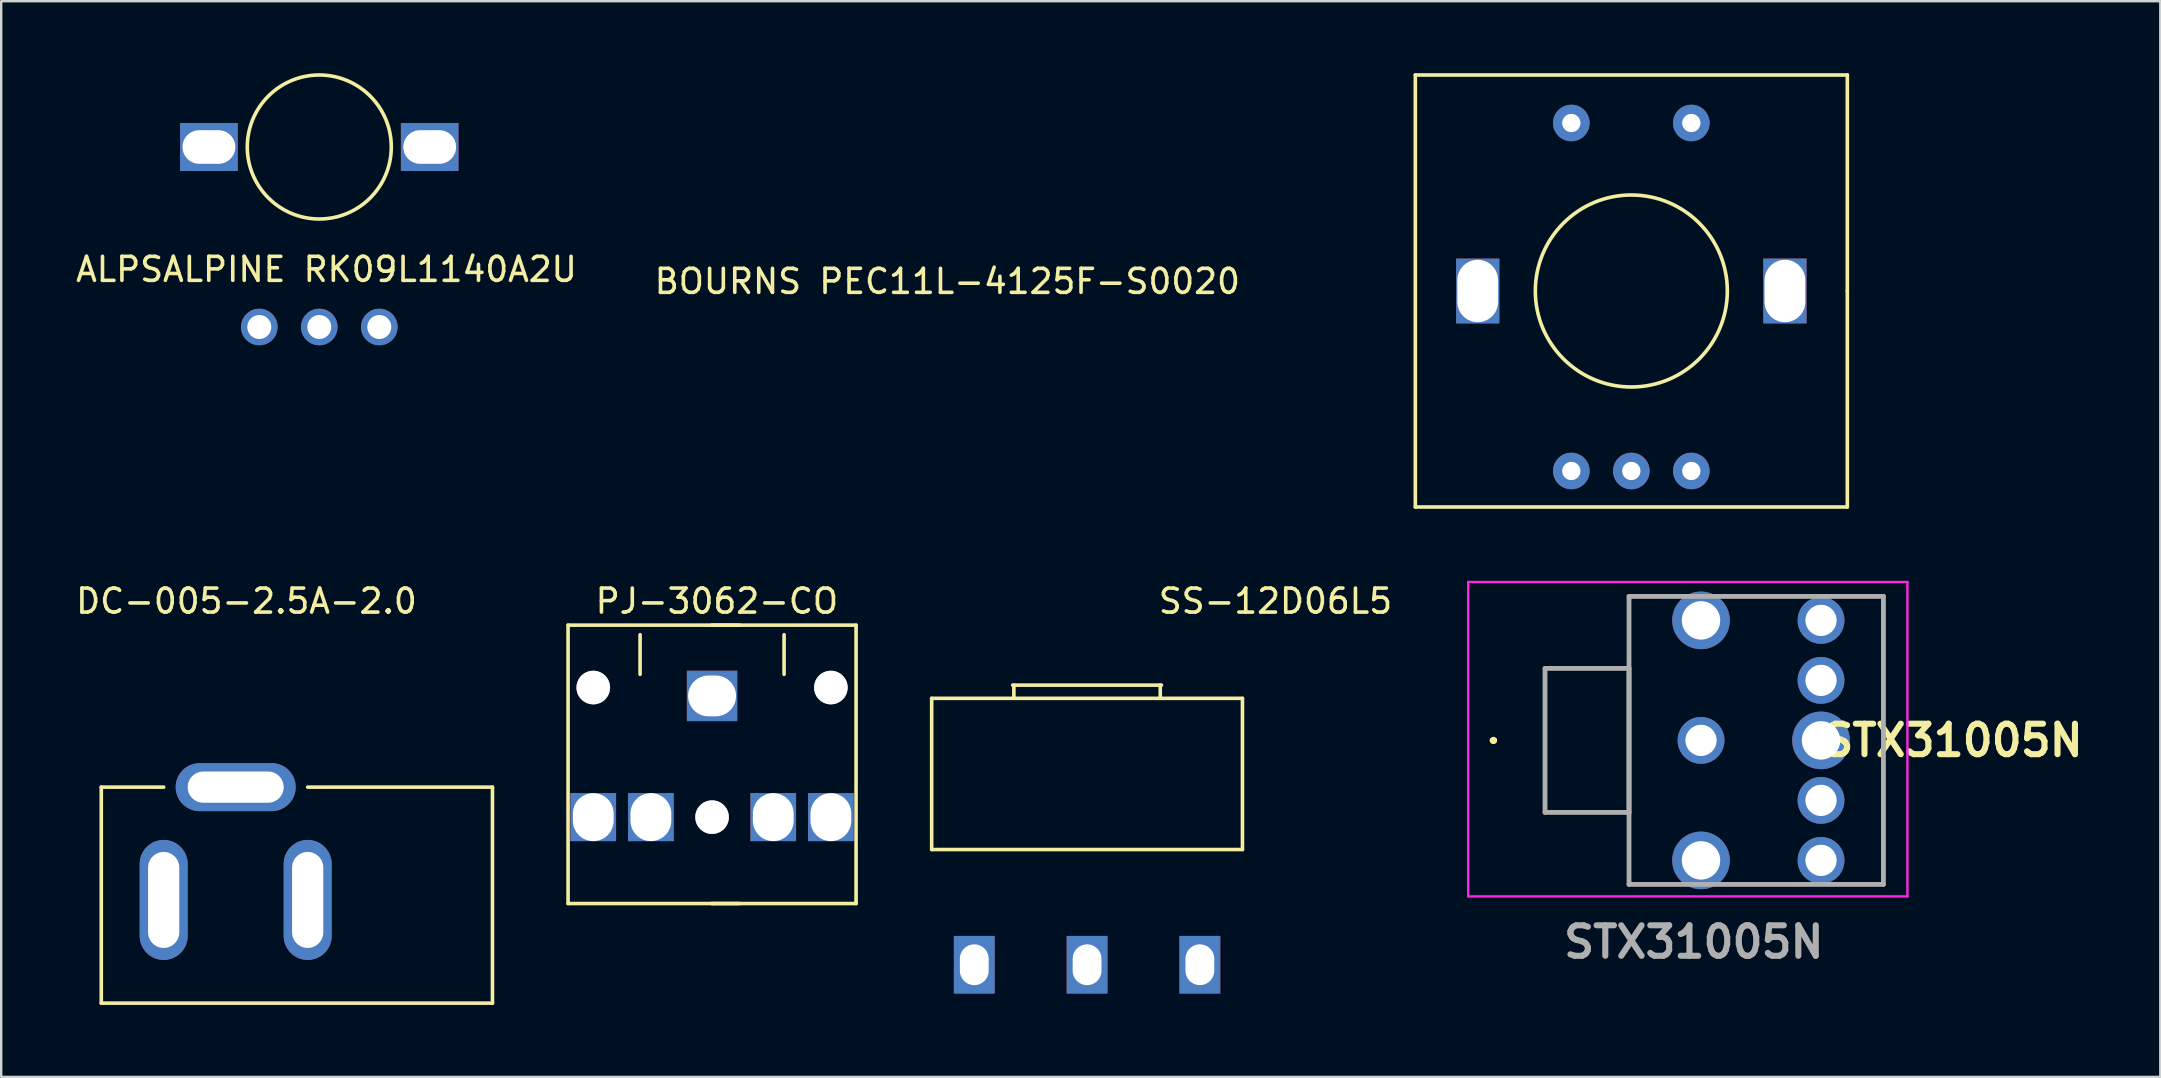
<source format=kicad_pcb>
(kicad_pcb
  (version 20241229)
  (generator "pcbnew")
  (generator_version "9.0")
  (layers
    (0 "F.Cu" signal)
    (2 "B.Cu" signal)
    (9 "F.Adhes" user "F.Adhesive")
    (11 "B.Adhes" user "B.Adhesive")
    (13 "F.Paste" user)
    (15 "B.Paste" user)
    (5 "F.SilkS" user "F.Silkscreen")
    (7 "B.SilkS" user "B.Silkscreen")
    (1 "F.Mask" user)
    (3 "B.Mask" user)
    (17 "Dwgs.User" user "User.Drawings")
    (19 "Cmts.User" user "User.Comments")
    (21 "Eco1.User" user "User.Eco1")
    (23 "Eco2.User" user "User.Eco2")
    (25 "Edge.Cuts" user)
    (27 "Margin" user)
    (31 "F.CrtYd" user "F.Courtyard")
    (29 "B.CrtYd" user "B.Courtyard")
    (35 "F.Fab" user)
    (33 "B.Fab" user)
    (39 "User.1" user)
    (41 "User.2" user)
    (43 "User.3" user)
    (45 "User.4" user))
  (footprint "PJ-3062-CO"
    (layer "F.Cu")
    (at 24.47 21.998)
    (property "Reference" "PJ-3062-CO" (at 2.35 0 0) (layer "F.SilkS") (effects (font (size 1 1) (thickness 0.15))))
    (attr through_hole)
    (fp_line (start -3.85 12.6) (end -3.85 1) (stroke (width 0.15) (type solid)) (layer "F.SilkS"))
    (fp_line (start -0.85 1.4) (end -0.85 3.05) (stroke (width 0.15) (type solid)) (layer "F.SilkS"))
    (fp_line (start 2.15 1) (end -3.85 1) (stroke (width 0.15) (type solid)) (layer "F.SilkS"))
    (fp_line (start 2.15 1) (end 3.3 1) (stroke (width 0.15) (type solid)) (layer "F.SilkS"))
    (fp_line (start 2.15 12.6) (end -3.85 12.6) (stroke (width 0.15) (type solid)) (layer "F.SilkS"))
    (fp_line (start 2.15 12.6) (end 3.3 12.6) (stroke (width 0.15) (type solid)) (layer "F.SilkS"))
    (fp_line (start 5.15 1.4) (end 5.15 3.05) (stroke (width 0.15) (type solid)) (layer "F.SilkS"))
    (fp_line (start 8.15 1) (end 2.15 1) (stroke (width 0.15) (type solid)) (layer "F.SilkS"))
    (fp_line (start 8.15 12.6) (end 2.15 12.6) (stroke (width 0.15) (type solid)) (layer "F.SilkS"))
    (fp_line (start 8.15 12.6) (end 8.15 1) (stroke (width 0.15) (type solid)) (layer "F.SilkS"))
    (pad "" thru_hole circle (at -2.8 3.6) (size 1.4 1.4) (drill 1.4) (layers "*.Cu" "*.Mask"))
    (pad "" thru_hole circle (at 2.15 9) (size 1.4 1.4) (drill 1.4) (layers "*.Cu" "*.Mask"))
    (pad "" thru_hole circle (at 7.1 3.6) (size 1.4 1.4) (drill 1.4) (layers "*.Cu" "*.Mask"))
    (pad "R" thru_hole rect (at 7.1 9 270) (size 2 1.9) (drill oval 2 1.7) (layers "*.Cu" "*.Mask"))
    (pad "RN" thru_hole rect (at 4.7 9 270) (size 2 1.9) (drill oval 2 1.7) (layers "*.Cu" "*.Mask"))
    (pad "S" thru_hole rect (at 2.15 3.95) (size 2.1 2.1) (drill oval 2 1.7) (layers "*.Cu" "*.Mask"))
    (pad "T" thru_hole rect (at -2.8 9 270) (size 2 1.9) (drill oval 2 1.7) (layers "*.Cu" "*.Mask"))
    (pad "TN" thru_hole rect (at -0.4 9 270) (size 2 1.9) (drill oval 2 1.7) (layers "*.Cu" "*.Mask")))
  (footprint "STX31005N"
    (layer "F.Cu")
    (at 67.827 27.8)
    (property "Reference" "STX31005N" (at 10.5 0 0) (layer "F.SilkS") (effects (font (size 1.27 1.27) (thickness 0.254))))
    (attr through_hole)
    (fp_line (start -8.7 0) (end -8.7 0) (stroke (width 0.2) (type solid)) (layer "F.SilkS"))
    (fp_line (start -8.7 0) (end -8.7 0) (stroke (width 0.2) (type solid)) (layer "F.SilkS"))
    (fp_line (start -8.6 0) (end -8.6 0) (stroke (width 0.2) (type solid)) (layer "F.SilkS"))
    (fp_line (start -6.5 -3) (end -3 -3) (stroke (width 0.1) (type solid)) (layer "F.SilkS"))
    (fp_line (start -6.5 3) (end -6.5 -3) (stroke (width 0.1) (type solid)) (layer "F.SilkS"))
    (fp_line (start -3 -6) (end -3 -6) (stroke (width 0.1) (type solid)) (layer "F.SilkS"))
    (fp_line (start -3 -6) (end -3 -3) (stroke (width 0.1) (type solid)) (layer "F.SilkS"))
    (fp_line (start -3 -3) (end -3 -6) (stroke (width 0.1) (type solid)) (layer "F.SilkS"))
    (fp_line (start -3 -3) (end -3 -3) (stroke (width 0.1) (type solid)) (layer "F.SilkS"))
    (fp_line (start -3 -3) (end -3 3) (stroke (width 0.1) (type solid)) (layer "F.SilkS"))
    (fp_line (start -3 3) (end -6.5 3) (stroke (width 0.1) (type solid)) (layer "F.SilkS"))
    (fp_line (start -3 3) (end -3 3) (stroke (width 0.1) (type solid)) (layer "F.SilkS"))
    (fp_line (start -3 3) (end -3 6) (stroke (width 0.1) (type solid)) (layer "F.SilkS"))
    (fp_line (start -3 6) (end -3 3) (stroke (width 0.1) (type solid)) (layer "F.SilkS"))
    (fp_line (start -3 6) (end -3 6) (stroke (width 0.1) (type solid)) (layer "F.SilkS"))
    (fp_line (start -3 6) (end -3 6) (stroke (width 0.1) (type solid)) (layer "F.SilkS"))
    (fp_line (start -3 6) (end -1.5 6) (stroke (width 0.1) (type solid)) (layer "F.SilkS"))
    (fp_line (start -1.5 6) (end -3 6) (stroke (width 0.1) (type solid)) (layer "F.SilkS"))
    (fp_line (start -1.5 6) (end -1.5 6) (stroke (width 0.1) (type solid)) (layer "F.SilkS"))
    (fp_line (start 1.25 -6) (end 1.25 -6) (stroke (width 0.1) (type solid)) (layer "F.SilkS"))
    (fp_line (start 1.25 -6) (end 4 -6) (stroke (width 0.1) (type solid)) (layer "F.SilkS"))
    (fp_line (start 1.25 6) (end 1.25 6) (stroke (width 0.1) (type solid)) (layer "F.SilkS"))
    (fp_line (start 1.25 6) (end 4 6) (stroke (width 0.1) (type solid)) (layer "F.SilkS"))
    (fp_line (start 4 -6) (end 1.25 -6) (stroke (width 0.1) (type solid)) (layer "F.SilkS"))
    (fp_line (start 4 -6) (end 4 -6) (stroke (width 0.1) (type solid)) (layer "F.SilkS"))
    (fp_line (start 4 6) (end 1.25 6) (stroke (width 0.1) (type solid)) (layer "F.SilkS"))
    (fp_line (start 4 6) (end 4 6) (stroke (width 0.1) (type solid)) (layer "F.SilkS"))
    (fp_line (start 6 6) (end 6 6) (stroke (width 0.1) (type solid)) (layer "F.SilkS"))
    (fp_line (start 6 6) (end 7.6 6) (stroke (width 0.1) (type solid)) (layer "F.SilkS"))
    (fp_line (start 6.25 -6) (end 6.25 -6) (stroke (width 0.1) (type solid)) (layer "F.SilkS"))
    (fp_line (start 6.25 -6) (end 7.6 -6) (stroke (width 0.1) (type solid)) (layer "F.SilkS"))
    (fp_line (start 7.6 -6) (end 6.25 -6) (stroke (width 0.1) (type solid)) (layer "F.SilkS"))
    (fp_line (start 7.6 -6) (end 7.6 -6) (stroke (width 0.1) (type solid)) (layer "F.SilkS"))
    (fp_line (start 7.6 -6) (end 7.6 -6) (stroke (width 0.1) (type solid)) (layer "F.SilkS"))
    (fp_line (start 7.6 -6) (end 7.6 6) (stroke (width 0.1) (type solid)) (layer "F.SilkS"))
    (fp_line (start 7.6 6) (end 6 6) (stroke (width 0.1) (type solid)) (layer "F.SilkS"))
    (fp_line (start 7.6 6) (end 7.6 -6) (stroke (width 0.1) (type solid)) (layer "F.SilkS"))
    (fp_line (start 7.6 6) (end 7.6 6) (stroke (width 0.1) (type solid)) (layer "F.SilkS"))
    (fp_line (start 7.6 6) (end 7.6 6) (stroke (width 0.1) (type solid)) (layer "F.SilkS"))
    (fp_arc (start -8.7 0) (mid -8.65 -0.05) (end -8.6 0) (stroke (width 0.2) (type solid)) (layer "F.SilkS"))
    (fp_arc (start -8.6 0) (mid -8.65 0.05) (end -8.7 0) (stroke (width 0.2) (type solid)) (layer "F.SilkS"))
    (fp_arc (start -8.6 0) (mid -8.65 0.05) (end -8.7 0) (stroke (width 0.2) (type solid)) (layer "F.SilkS"))
    (fp_line (start -9.7 -6.6) (end 8.6 -6.6) (stroke (width 0.1) (type solid)) (layer "F.CrtYd"))
    (fp_line (start -9.7 6.5) (end -9.7 -6.6) (stroke (width 0.1) (type solid)) (layer "F.CrtYd"))
    (fp_line (start 8.6 -6.6) (end 8.6 6.5) (stroke (width 0.1) (type solid)) (layer "F.CrtYd"))
    (fp_line (start 8.6 6.5) (end -9.7 6.5) (stroke (width 0.1) (type solid)) (layer "F.CrtYd"))
    (fp_line (start -6.5 -3) (end -3 -3) (stroke (width 0.2) (type solid)) (layer "F.Fab"))
    (fp_line (start -6.5 3) (end -6.5 -3) (stroke (width 0.2) (type solid)) (layer "F.Fab"))
    (fp_line (start -3 -6) (end -3 6) (stroke (width 0.2) (type solid)) (layer "F.Fab"))
    (fp_line (start -3 -3) (end -3 3) (stroke (width 0.2) (type solid)) (layer "F.Fab"))
    (fp_line (start -3 3) (end -6.5 3) (stroke (width 0.2) (type solid)) (layer "F.Fab"))
    (fp_line (start -3 6) (end 7.6 6) (stroke (width 0.2) (type solid)) (layer "F.Fab"))
    (fp_line (start 7.6 -6) (end -3 -6) (stroke (width 0.2) (type solid)) (layer "F.Fab"))
    (fp_line (start 7.6 6) (end 7.6 -6) (stroke (width 0.2) (type solid)) (layer "F.Fab"))
    (fp_text user "${REFERENCE}" (at -0.3 8.4 0) (layer "F.Fab") (effects (font (size 1.27 1.27) (thickness 0.254))))
    (pad "" np_thru_hole circle (at 0 -5) (size 2.4 2.4) (drill 1.6) (layers "*.Cu" "*.Mask"))
    (pad "" np_thru_hole circle (at 0 5) (size 2.4 2.4) (drill 1.6) (layers "*.Cu" "*.Mask"))
    (pad "" np_thru_hole circle (at 5 0) (size 2.4 2.4) (drill 1.6) (layers "*.Cu" "*.Mask"))
    (pad "R" thru_hole circle (at 5 -5) (size 1.95 1.95) (drill 1.3) (layers "*.Cu" "*.Mask"))
    (pad "RN" thru_hole circle (at 5 -2.5) (size 1.95 1.95) (drill 1.3) (layers "*.Cu" "*.Mask"))
    (pad "S" thru_hole circle (at 0 0) (size 1.95 1.95) (drill 1.3) (layers "*.Cu" "*.Mask"))
    (pad "T" thru_hole circle (at 5 5) (size 1.95 1.95) (drill 1.3) (layers "*.Cu" "*.Mask"))
    (pad "TN" thru_hole circle (at 5 2.5) (size 1.95 1.95) (drill 1.3) (layers "*.Cu" "*.Mask")))
  (footprint "BOURNS PEC11L-4125F-S0020"
    (layer "F.Cu")
    (at 64.923 9.075)
    (property "Reference" "BOURNS PEC11L-4125F-S0020" (at -28.5 -0.4 0) (layer "F.SilkS") (effects (font (size 1 1) (thickness 0.15))))
    (attr through_hole)
    (fp_line (start -9 -9) (end 9 -9) (stroke (width 0.15) (type solid)) (layer "F.SilkS"))
    (fp_line (start -9 9) (end -9 -9) (stroke (width 0.15) (type solid)) (layer "F.SilkS"))
    (fp_line (start 9 -9) (end 9 0) (stroke (width 0.15) (type solid)) (layer "F.SilkS"))
    (fp_line (start 9 0) (end 9 9) (stroke (width 0.15) (type solid)) (layer "F.SilkS"))
    (fp_line (start 9 9) (end -9 9) (stroke (width 0.15) (type solid)) (layer "F.SilkS"))
    (fp_circle (center 0 0) (end 4 0) (stroke (width 0.15) (type solid)) (fill no) (layer "F.SilkS"))
    (pad "" thru_hole rect (at -6.4 0) (size 1.8 2.7) (drill oval 1.7 2.6) (layers "*.Cu" "*.Mask"))
    (pad "" thru_hole rect (at 6.4 0) (size 1.8 2.7) (drill oval 1.7 2.6) (layers "*.Cu" "*.Mask"))
    (pad "A" thru_hole circle (at -2.5 7.5) (size 1.524 1.524) (drill 0.762) (layers "*.Cu" "*.Mask"))
    (pad "B" thru_hole circle (at 2.5 7.5) (size 1.524 1.524) (drill 0.762) (layers "*.Cu" "*.Mask"))
    (pad "C" thru_hole circle (at 0 7.5) (size 1.524 1.524) (drill 0.762) (layers "*.Cu" "*.Mask"))
    (pad "S1" thru_hole circle (at -2.5 -7) (size 1.524 1.524) (drill 0.762) (layers "*.Cu" "*.Mask"))
    (pad "S2" thru_hole circle (at 2.5 -7) (size 1.524 1.524) (drill 0.762) (layers "*.Cu" "*.Mask")))
  (footprint "SS-12D06L5"
    (layer "F.Cu")
    (at 40.595 33.198)
    (property "Reference" "SS-12D06L5" (at 9.5 -11.2 0) (layer "F.SilkS") (effects (font (size 1 1) (thickness 0.15))))
    (attr through_hole)
    (fp_line (start -4.825 -7.15) (end 8.125 -7.15) (stroke (width 0.15) (type solid)) (layer "F.SilkS"))
    (fp_line (start -4.825 -0.85) (end -4.825 -7.15) (stroke (width 0.15) (type solid)) (layer "F.SilkS"))
    (fp_line (start -4.825 -0.85) (end 8.125 -0.85) (stroke (width 0.15) (type solid)) (layer "F.SilkS"))
    (fp_line (start -1.45 -7.7) (end 4.75 -7.7) (stroke (width 0.15) (type solid)) (layer "F.SilkS"))
    (fp_line (start -1.4 -7.7) (end -1.4 -7.2) (stroke (width 0.15) (type solid)) (layer "F.SilkS"))
    (fp_line (start 4.7 -7.7) (end 4.7 -7.2) (stroke (width 0.15) (type solid)) (layer "F.SilkS"))
    (fp_line (start 8.125 -0.85) (end 8.125 -7.15) (stroke (width 0.15) (type solid)) (layer "F.SilkS"))
    (pad "" thru_hole rect (at 6.35 3.95) (size 1.7 2.4) (drill oval 1.2 1.7) (layers "*.Cu" "*.Mask"))
    (pad "1" thru_hole rect (at -3.05 3.95) (size 1.7 2.4) (drill oval 1.2 1.7) (layers "*.Cu" "*.Mask"))
    (pad "2" thru_hole rect (at 1.65 3.95) (size 1.7 2.4) (drill oval 1.2 1.7) (layers "*.Cu" "*.Mask")))
  (footprint "DC-005-2.5A-2.0"
    (layer "F.Cu")
    (at 5.67 27.548)
    (property "Reference" "DC-005-2.5A-2.0" (at 1.55 -5.55 0) (layer "F.SilkS") (effects (font (size 1 1) (thickness 0.15))))
    (attr through_hole)
    (fp_line (start -4.5 2.2) (end -1.9 2.2) (stroke (width 0.15) (type solid)) (layer "F.SilkS"))
    (fp_line (start -4.5 11.2) (end -4.5 2.2) (stroke (width 0.15) (type solid)) (layer "F.SilkS"))
    (fp_line (start 4.1 2.2) (end 11.8 2.2) (stroke (width 0.15) (type solid)) (layer "F.SilkS"))
    (fp_line (start 11.8 11.2) (end -4.5 11.2) (stroke (width 0.15) (type solid)) (layer "F.SilkS"))
    (fp_line (start 11.8 11.2) (end 11.8 2.2) (stroke (width 0.15) (type solid)) (layer "F.SilkS"))
    (pad "" thru_hole oval (at 1.1 2.2 90) (size 2 5) (drill oval 1.3 4) (layers "*.Cu" "*.Mask"))
    (pad "1" thru_hole oval (at -1.9 6.9) (size 2 5) (drill oval 1.3 4) (layers "*.Cu" "*.Mask"))
    (pad "2" thru_hole oval (at 4.1 6.9) (size 2 5) (drill oval 1.3 4) (layers "*.Cu" "*.Mask")))
  (footprint "ALPSALPINE RK09L1140A2U"
    (layer "F.Cu")
    (at 10.254 3.175)
    (property "Reference" "ALPSALPINE RK09L1140A2U" (at 0.3 5 0) (layer "F.SilkS") (effects (font (size 1 1) (thickness 0.15))))
    (attr through_hole)
    (fp_circle (center 0 -0.1) (end 3 -0.1) (stroke (width 0.15) (type solid)) (fill no) (layer "F.SilkS"))
    (pad "" thru_hole rect (at -4.6 -0.1) (size 2.4 2) (drill oval 2.2 1.4) (layers "*.Cu" "*.Mask"))
    (pad "" thru_hole rect (at 4.6 -0.1 180) (size 2.4 2) (drill oval 2.2 1.4) (layers "*.Cu" "*.Mask"))
    (pad "1" thru_hole circle (at -2.5 7.4) (size 1.524 1.524) (drill 1) (layers "*.Cu" "*.Mask"))
    (pad "2" thru_hole circle (at 0 7.4) (size 1.524 1.524) (drill 1) (layers "*.Cu" "*.Mask"))
    (pad "3" thru_hole circle (at 2.5 7.4) (size 1.524 1.524) (drill 1) (layers "*.Cu" "*.Mask")))
  (gr_rect
    (start -3 -3)
    (end 86.964 41.823)
    (stroke (width 0.1) (type default))
    (fill no)
    (layer "Edge.Cuts")))
</source>
